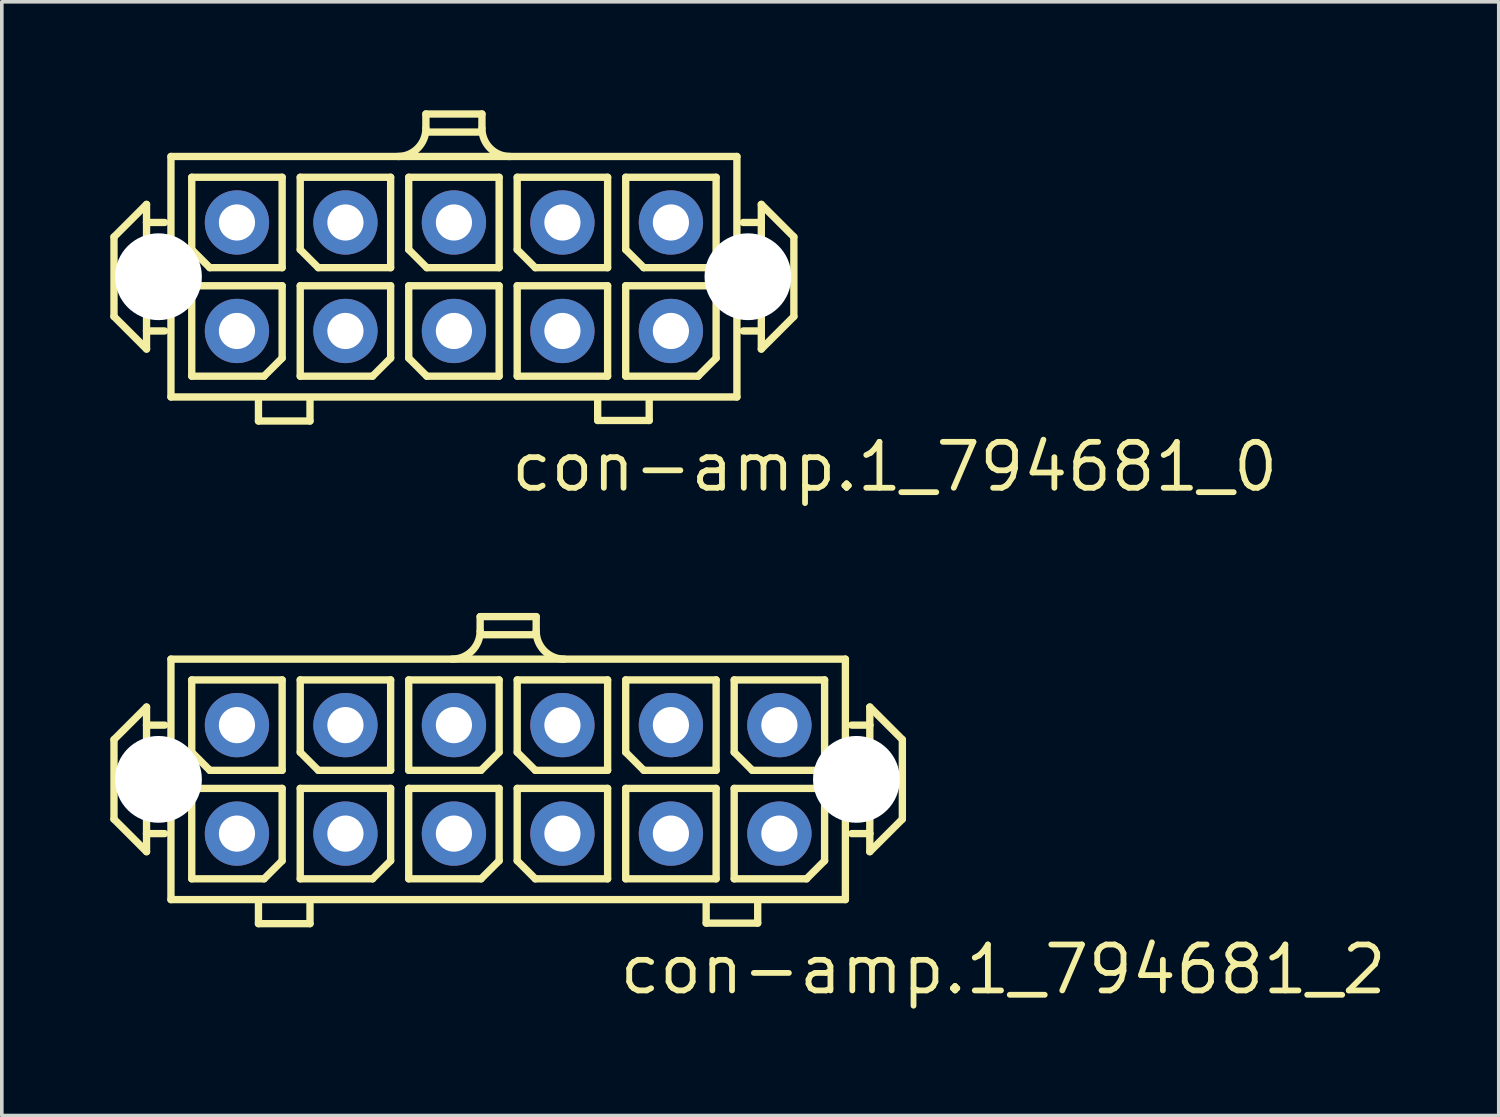
<source format=kicad_pcb>
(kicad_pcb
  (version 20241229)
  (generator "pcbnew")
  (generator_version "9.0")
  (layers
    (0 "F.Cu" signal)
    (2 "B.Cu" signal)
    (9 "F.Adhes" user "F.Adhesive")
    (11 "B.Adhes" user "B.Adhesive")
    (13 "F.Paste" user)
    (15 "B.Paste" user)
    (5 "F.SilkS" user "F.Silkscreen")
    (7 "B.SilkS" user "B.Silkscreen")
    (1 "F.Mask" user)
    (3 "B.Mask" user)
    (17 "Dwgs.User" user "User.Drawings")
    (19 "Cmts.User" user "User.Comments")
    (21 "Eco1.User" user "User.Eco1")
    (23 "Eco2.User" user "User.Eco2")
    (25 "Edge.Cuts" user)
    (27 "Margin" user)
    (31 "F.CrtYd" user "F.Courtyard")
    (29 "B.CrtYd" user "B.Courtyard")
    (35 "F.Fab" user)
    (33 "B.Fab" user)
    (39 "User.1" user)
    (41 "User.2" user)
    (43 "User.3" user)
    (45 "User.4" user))
  (footprint "con-amp.1_794681_2"
    (layer "F.Cu")
    (at 11.002 18.501)
    (property "Reference" "con-amp.1_794681_2" (at 3 6 0) (layer "F.SilkS") (effects (font (size 1.27 1.27) (thickness 0.16)) (justify left bottom)))
    (attr through_hole)
    (fp_line (start -10.9 -1.1) (end -10 -2) (stroke (width 0.203) (type default)) (layer "F.SilkS"))
    (fp_line (start -10.9 1.1) (end -10.9 -1.1) (stroke (width 0.203) (type default)) (layer "F.SilkS"))
    (fp_line (start -10 -2) (end -10 -1.5) (stroke (width 0.203) (type default)) (layer "F.SilkS"))
    (fp_line (start -10 -1.5) (end -10 1.5) (stroke (width 0.203) (type default)) (layer "F.SilkS"))
    (fp_line (start -10 -1.5) (end -9.5 -1.5) (stroke (width 0.203) (type default)) (layer "F.SilkS"))
    (fp_line (start -10 1.5) (end -10 2) (stroke (width 0.203) (type default)) (layer "F.SilkS"))
    (fp_line (start -10 1.5) (end -9.5 1.5) (stroke (width 0.203) (type default)) (layer "F.SilkS"))
    (fp_line (start -10 2) (end -10.9 1.1) (stroke (width 0.203) (type default)) (layer "F.SilkS"))
    (fp_line (start -9.325 -3.325) (end 9.325 -3.325) (stroke (width 0.203) (type default)) (layer "F.SilkS"))
    (fp_line (start -9.325 3.325) (end -9.325 -3.325) (stroke (width 0.203) (type default)) (layer "F.SilkS"))
    (fp_line (start -8.75 -2.75) (end -8.75 -0.75) (stroke (width 0.203) (type default)) (layer "F.SilkS"))
    (fp_line (start -8.75 0.25) (end -8.75 2.75) (stroke (width 0.203) (type default)) (layer "F.SilkS"))
    (fp_line (start -8.75 0.25) (end -6.25 0.25) (stroke (width 0.203) (type default)) (layer "F.SilkS"))
    (fp_line (start -8.75 2.75) (end -6.75 2.75) (stroke (width 0.203) (type default)) (layer "F.SilkS"))
    (fp_line (start -8.25 -0.25) (end -8.75 -0.75) (stroke (width 0.203) (type default)) (layer "F.SilkS"))
    (fp_line (start -8.25 -0.25) (end -6.25 -0.25) (stroke (width 0.203) (type default)) (layer "F.SilkS"))
    (fp_line (start -6.905 3.99) (end -6.905 3.44) (stroke (width 0.203) (type default)) (layer "F.SilkS"))
    (fp_line (start -6.75 2.75) (end -6.25 2.25) (stroke (width 0.203) (type default)) (layer "F.SilkS"))
    (fp_line (start -6.25 -2.75) (end -8.75 -2.75) (stroke (width 0.203) (type default)) (layer "F.SilkS"))
    (fp_line (start -6.25 -2.75) (end -6.25 -0.25) (stroke (width 0.203) (type default)) (layer "F.SilkS"))
    (fp_line (start -6.25 0.25) (end -6.25 2.25) (stroke (width 0.203) (type default)) (layer "F.SilkS"))
    (fp_line (start -5.75 -2.75) (end -5.75 -0.75) (stroke (width 0.203) (type default)) (layer "F.SilkS"))
    (fp_line (start -5.75 0.25) (end -5.75 2.75) (stroke (width 0.203) (type default)) (layer "F.SilkS"))
    (fp_line (start -5.75 0.25) (end -3.25 0.25) (stroke (width 0.203) (type default)) (layer "F.SilkS"))
    (fp_line (start -5.75 2.75) (end -3.75 2.75) (stroke (width 0.203) (type default)) (layer "F.SilkS"))
    (fp_line (start -5.48 3.99) (end -6.905 3.99) (stroke (width 0.203) (type default)) (layer "F.SilkS"))
    (fp_line (start -5.48 3.99) (end -5.48 3.44) (stroke (width 0.203) (type default)) (layer "F.SilkS"))
    (fp_line (start -5.25 -0.25) (end -5.75 -0.75) (stroke (width 0.203) (type default)) (layer "F.SilkS"))
    (fp_line (start -5.25 -0.25) (end -3.25 -0.25) (stroke (width 0.203) (type default)) (layer "F.SilkS"))
    (fp_line (start -3.75 2.75) (end -3.25 2.25) (stroke (width 0.203) (type default)) (layer "F.SilkS"))
    (fp_line (start -3.25 -2.75) (end -5.75 -2.75) (stroke (width 0.203) (type default)) (layer "F.SilkS"))
    (fp_line (start -3.25 -2.75) (end -3.25 -0.25) (stroke (width 0.203) (type default)) (layer "F.SilkS"))
    (fp_line (start -3.25 0.25) (end -3.25 2.25) (stroke (width 0.203) (type default)) (layer "F.SilkS"))
    (fp_line (start -2.75 -2.75) (end -2.75 -0.25) (stroke (width 0.203) (type default)) (layer "F.SilkS"))
    (fp_line (start -2.75 -0.25) (end -0.75 -0.25) (stroke (width 0.203) (type default)) (layer "F.SilkS"))
    (fp_line (start -2.75 0.25) (end -2.75 2.75) (stroke (width 0.203) (type default)) (layer "F.SilkS"))
    (fp_line (start -2.75 0.25) (end -0.25 0.25) (stroke (width 0.203) (type default)) (layer "F.SilkS"))
    (fp_line (start -2.75 2.75) (end -0.75 2.75) (stroke (width 0.203) (type default)) (layer "F.SilkS"))
    (fp_line (start -0.775 -4.5) (end 0.775 -4.5) (stroke (width 0.203) (type default)) (layer "F.SilkS"))
    (fp_line (start -0.775 -4.1) (end -0.775 -4.5) (stroke (width 0.203) (type default)) (layer "F.SilkS"))
    (fp_line (start -0.75 -0.25) (end -0.25 -0.75) (stroke (width 0.203) (type default)) (layer "F.SilkS"))
    (fp_line (start -0.75 2.75) (end -0.25 2.25) (stroke (width 0.203) (type default)) (layer "F.SilkS"))
    (fp_line (start -0.25 -2.75) (end -2.75 -2.75) (stroke (width 0.203) (type default)) (layer "F.SilkS"))
    (fp_line (start -0.25 -2.75) (end -0.25 -0.75) (stroke (width 0.203) (type default)) (layer "F.SilkS"))
    (fp_line (start -0.25 0.25) (end -0.25 2.25) (stroke (width 0.203) (type default)) (layer "F.SilkS"))
    (fp_line (start 0.25 -2.75) (end 0.25 -0.75) (stroke (width 0.203) (type default)) (layer "F.SilkS"))
    (fp_line (start 0.25 0.25) (end 0.25 2.25) (stroke (width 0.203) (type default)) (layer "F.SilkS"))
    (fp_line (start 0.25 0.25) (end 2.75 0.25) (stroke (width 0.203) (type default)) (layer "F.SilkS"))
    (fp_line (start 0.75 -4) (end -0.75 -4) (stroke (width 0.203) (type default)) (layer "F.SilkS"))
    (fp_line (start 0.75 -0.25) (end 0.25 -0.75) (stroke (width 0.203) (type default)) (layer "F.SilkS"))
    (fp_line (start 0.75 -0.25) (end 2.75 -0.25) (stroke (width 0.203) (type default)) (layer "F.SilkS"))
    (fp_line (start 0.75 2.75) (end 0.25 2.25) (stroke (width 0.203) (type default)) (layer "F.SilkS"))
    (fp_line (start 0.75 2.75) (end 2.75 2.75) (stroke (width 0.203) (type default)) (layer "F.SilkS"))
    (fp_line (start 0.775 -4.1) (end 0.775 -4.5) (stroke (width 0.203) (type default)) (layer "F.SilkS"))
    (fp_line (start 2.75 -2.75) (end 0.25 -2.75) (stroke (width 0.203) (type default)) (layer "F.SilkS"))
    (fp_line (start 2.75 -2.75) (end 2.75 -0.25) (stroke (width 0.203) (type default)) (layer "F.SilkS"))
    (fp_line (start 2.75 0.25) (end 2.75 2.75) (stroke (width 0.203) (type default)) (layer "F.SilkS"))
    (fp_line (start 3.25 -2.75) (end 3.25 -0.75) (stroke (width 0.203) (type default)) (layer "F.SilkS"))
    (fp_line (start 3.25 0.25) (end 3.25 2.75) (stroke (width 0.203) (type default)) (layer "F.SilkS"))
    (fp_line (start 3.25 0.25) (end 5.75 0.25) (stroke (width 0.203) (type default)) (layer "F.SilkS"))
    (fp_line (start 3.25 2.75) (end 5.75 2.75) (stroke (width 0.203) (type default)) (layer "F.SilkS"))
    (fp_line (start 3.75 -0.25) (end 3.25 -0.75) (stroke (width 0.203) (type default)) (layer "F.SilkS"))
    (fp_line (start 3.75 -0.25) (end 5.75 -0.25) (stroke (width 0.203) (type default)) (layer "F.SilkS"))
    (fp_line (start 5.475 3.975) (end 5.475 3.425) (stroke (width 0.203) (type default)) (layer "F.SilkS"))
    (fp_line (start 5.75 -2.75) (end 3.25 -2.75) (stroke (width 0.203) (type default)) (layer "F.SilkS"))
    (fp_line (start 5.75 -2.75) (end 5.75 -0.25) (stroke (width 0.203) (type default)) (layer "F.SilkS"))
    (fp_line (start 5.75 0.25) (end 5.75 2.75) (stroke (width 0.203) (type default)) (layer "F.SilkS"))
    (fp_line (start 6.25 -2.75) (end 6.25 -0.75) (stroke (width 0.203) (type default)) (layer "F.SilkS"))
    (fp_line (start 6.25 0.25) (end 6.25 2.75) (stroke (width 0.203) (type default)) (layer "F.SilkS"))
    (fp_line (start 6.25 0.25) (end 8.75 0.25) (stroke (width 0.203) (type default)) (layer "F.SilkS"))
    (fp_line (start 6.25 2.75) (end 8.25 2.75) (stroke (width 0.203) (type default)) (layer "F.SilkS"))
    (fp_line (start 6.75 -0.25) (end 6.25 -0.75) (stroke (width 0.203) (type default)) (layer "F.SilkS"))
    (fp_line (start 6.75 -0.25) (end 8.75 -0.25) (stroke (width 0.203) (type default)) (layer "F.SilkS"))
    (fp_line (start 6.9 3.975) (end 5.475 3.975) (stroke (width 0.203) (type default)) (layer "F.SilkS"))
    (fp_line (start 6.9 3.975) (end 6.9 3.425) (stroke (width 0.203) (type default)) (layer "F.SilkS"))
    (fp_line (start 8.25 2.75) (end 8.75 2.25) (stroke (width 0.203) (type default)) (layer "F.SilkS"))
    (fp_line (start 8.75 -2.75) (end 6.25 -2.75) (stroke (width 0.203) (type default)) (layer "F.SilkS"))
    (fp_line (start 8.75 -0.25) (end 8.75 -2.75) (stroke (width 0.203) (type default)) (layer "F.SilkS"))
    (fp_line (start 8.75 2.25) (end 8.75 0.25) (stroke (width 0.203) (type default)) (layer "F.SilkS"))
    (fp_line (start 9.325 -3.325) (end 9.325 3.325) (stroke (width 0.203) (type default)) (layer "F.SilkS"))
    (fp_line (start 9.325 3.325) (end -9.325 3.325) (stroke (width 0.203) (type default)) (layer "F.SilkS"))
    (fp_line (start 10 -2) (end 10 -1.5) (stroke (width 0.203) (type default)) (layer "F.SilkS"))
    (fp_line (start 10 -2) (end 10.9 -1.1) (stroke (width 0.203) (type default)) (layer "F.SilkS"))
    (fp_line (start 10 -1.5) (end 9.5 -1.5) (stroke (width 0.203) (type default)) (layer "F.SilkS"))
    (fp_line (start 10 -1.5) (end 10 1.5) (stroke (width 0.203) (type default)) (layer "F.SilkS"))
    (fp_line (start 10 1.5) (end 9.5 1.5) (stroke (width 0.203) (type default)) (layer "F.SilkS"))
    (fp_line (start 10 1.5) (end 10 2) (stroke (width 0.203) (type default)) (layer "F.SilkS"))
    (fp_line (start 10.9 -1.1) (end 10.9 1.1) (stroke (width 0.203) (type default)) (layer "F.SilkS"))
    (fp_line (start 10.9 1.1) (end 10 2) (stroke (width 0.203) (type default)) (layer "F.SilkS"))
    (fp_arc (start -0.775 -4.1) (mid -1.001992 -3.551992) (end -1.55 -3.325) (stroke (width 0.2032) (type default)) (layer "F.SilkS"))
    (fp_arc (start 1.55 -3.325) (mid 1.001992 -3.551992) (end 0.775 -4.1) (stroke (width 0.2032) (type default)) (layer "F.SilkS"))
    (pad "" np_thru_hole circle (at -9.67 0) (size 2.4 2.4) (drill 2.4) (layers "*.Cu" "*.Mask"))
    (pad "" np_thru_hole circle (at 9.63 0) (size 2.4 2.4) (drill 2.4) (layers "*.Cu" "*.Mask"))
    (pad "1" thru_hole circle (at 7.5 1.5) (size 1.778 1.778) (drill 1) (layers "*.Cu" "*.Mask"))
    (pad "2" thru_hole circle (at 7.5 -1.5) (size 1.778 1.778) (drill 1) (layers "*.Cu" "*.Mask"))
    (pad "3" thru_hole circle (at 4.5 1.5) (size 1.778 1.778) (drill 1) (layers "*.Cu" "*.Mask"))
    (pad "4" thru_hole circle (at 4.5 -1.5) (size 1.778 1.778) (drill 1) (layers "*.Cu" "*.Mask"))
    (pad "5" thru_hole circle (at 1.5 1.5) (size 1.778 1.778) (drill 1) (layers "*.Cu" "*.Mask"))
    (pad "6" thru_hole circle (at 1.5 -1.5) (size 1.778 1.778) (drill 1) (layers "*.Cu" "*.Mask"))
    (pad "7" thru_hole circle (at -1.5 1.5) (size 1.778 1.778) (drill 1) (layers "*.Cu" "*.Mask"))
    (pad "8" thru_hole circle (at -1.5 -1.5) (size 1.778 1.778) (drill 1) (layers "*.Cu" "*.Mask"))
    (pad "9" thru_hole circle (at -4.5 1.5) (size 1.778 1.778) (drill 1) (layers "*.Cu" "*.Mask"))
    (pad "10" thru_hole circle (at -4.5 -1.5) (size 1.778 1.778) (drill 1) (layers "*.Cu" "*.Mask"))
    (pad "11" thru_hole circle (at -7.5 1.5) (size 1.778 1.778) (drill 1) (layers "*.Cu" "*.Mask"))
    (pad "12" thru_hole circle (at -7.5 -1.5) (size 1.778 1.778) (drill 1) (layers "*.Cu" "*.Mask")))
  (footprint "con-amp.1_794681_0"
    (layer "F.Cu")
    (at 9.502 4.602)
    (property "Reference" "con-amp.1_794681_0" (at 1.5 6 0) (layer "F.SilkS") (effects (font (size 1.27 1.27) (thickness 0.16)) (justify left bottom)))
    (attr through_hole)
    (fp_line (start -9.4 -1.1) (end -8.5 -2) (stroke (width 0.203) (type default)) (layer "F.SilkS"))
    (fp_line (start -9.4 1.1) (end -9.4 -1.1) (stroke (width 0.203) (type default)) (layer "F.SilkS"))
    (fp_line (start -8.5 -2) (end -8.5 -1.5) (stroke (width 0.203) (type default)) (layer "F.SilkS"))
    (fp_line (start -8.5 -1.5) (end -8.5 1.5) (stroke (width 0.203) (type default)) (layer "F.SilkS"))
    (fp_line (start -8.5 -1.5) (end -8 -1.5) (stroke (width 0.203) (type default)) (layer "F.SilkS"))
    (fp_line (start -8.5 1.5) (end -8.5 2) (stroke (width 0.203) (type default)) (layer "F.SilkS"))
    (fp_line (start -8.5 1.5) (end -8 1.5) (stroke (width 0.203) (type default)) (layer "F.SilkS"))
    (fp_line (start -8.5 2) (end -9.4 1.1) (stroke (width 0.203) (type default)) (layer "F.SilkS"))
    (fp_line (start -7.825 -3.325) (end 7.825 -3.325) (stroke (width 0.203) (type default)) (layer "F.SilkS"))
    (fp_line (start -7.825 3.325) (end -7.825 -3.325) (stroke (width 0.203) (type default)) (layer "F.SilkS"))
    (fp_line (start -7.25 -2.75) (end -7.25 -0.75) (stroke (width 0.203) (type default)) (layer "F.SilkS"))
    (fp_line (start -7.25 0.25) (end -7.25 2.75) (stroke (width 0.203) (type default)) (layer "F.SilkS"))
    (fp_line (start -7.25 0.25) (end -4.75 0.25) (stroke (width 0.203) (type default)) (layer "F.SilkS"))
    (fp_line (start -7.25 2.75) (end -5.25 2.75) (stroke (width 0.203) (type default)) (layer "F.SilkS"))
    (fp_line (start -6.75 -0.25) (end -7.25 -0.75) (stroke (width 0.203) (type default)) (layer "F.SilkS"))
    (fp_line (start -6.75 -0.25) (end -4.75 -0.25) (stroke (width 0.203) (type default)) (layer "F.SilkS"))
    (fp_line (start -5.405 3.99) (end -5.405 3.44) (stroke (width 0.203) (type default)) (layer "F.SilkS"))
    (fp_line (start -5.25 2.75) (end -4.75 2.25) (stroke (width 0.203) (type default)) (layer "F.SilkS"))
    (fp_line (start -4.75 -2.75) (end -7.25 -2.75) (stroke (width 0.203) (type default)) (layer "F.SilkS"))
    (fp_line (start -4.75 -2.75) (end -4.75 -0.25) (stroke (width 0.203) (type default)) (layer "F.SilkS"))
    (fp_line (start -4.75 0.25) (end -4.75 2.25) (stroke (width 0.203) (type default)) (layer "F.SilkS"))
    (fp_line (start -4.25 -2.75) (end -4.25 -0.75) (stroke (width 0.203) (type default)) (layer "F.SilkS"))
    (fp_line (start -4.25 0.25) (end -4.25 2.75) (stroke (width 0.203) (type default)) (layer "F.SilkS"))
    (fp_line (start -4.25 0.25) (end -1.75 0.25) (stroke (width 0.203) (type default)) (layer "F.SilkS"))
    (fp_line (start -4.25 2.75) (end -2.25 2.75) (stroke (width 0.203) (type default)) (layer "F.SilkS"))
    (fp_line (start -3.98 3.99) (end -5.405 3.99) (stroke (width 0.203) (type default)) (layer "F.SilkS"))
    (fp_line (start -3.98 3.99) (end -3.98 3.44) (stroke (width 0.203) (type default)) (layer "F.SilkS"))
    (fp_line (start -3.75 -0.25) (end -4.25 -0.75) (stroke (width 0.203) (type default)) (layer "F.SilkS"))
    (fp_line (start -3.75 -0.25) (end -1.75 -0.25) (stroke (width 0.203) (type default)) (layer "F.SilkS"))
    (fp_line (start -2.25 2.75) (end -1.75 2.25) (stroke (width 0.203) (type default)) (layer "F.SilkS"))
    (fp_line (start -1.75 -2.75) (end -4.25 -2.75) (stroke (width 0.203) (type default)) (layer "F.SilkS"))
    (fp_line (start -1.75 -2.75) (end -1.75 -0.25) (stroke (width 0.203) (type default)) (layer "F.SilkS"))
    (fp_line (start -1.75 0.25) (end -1.75 2.25) (stroke (width 0.203) (type default)) (layer "F.SilkS"))
    (fp_line (start -1.25 -2.75) (end -1.25 -0.75) (stroke (width 0.203) (type default)) (layer "F.SilkS"))
    (fp_line (start -1.25 0.25) (end -1.25 2.25) (stroke (width 0.203) (type default)) (layer "F.SilkS"))
    (fp_line (start -1.25 0.25) (end 1.25 0.25) (stroke (width 0.203) (type default)) (layer "F.SilkS"))
    (fp_line (start -0.775 -4.5) (end 0.775 -4.5) (stroke (width 0.203) (type default)) (layer "F.SilkS"))
    (fp_line (start -0.775 -4.1) (end -0.775 -4.5) (stroke (width 0.203) (type default)) (layer "F.SilkS"))
    (fp_line (start -0.75 -0.25) (end -1.25 -0.75) (stroke (width 0.203) (type default)) (layer "F.SilkS"))
    (fp_line (start -0.75 -0.25) (end 1.25 -0.25) (stroke (width 0.203) (type default)) (layer "F.SilkS"))
    (fp_line (start -0.75 2.75) (end -1.25 2.25) (stroke (width 0.203) (type default)) (layer "F.SilkS"))
    (fp_line (start -0.75 2.75) (end 1.25 2.75) (stroke (width 0.203) (type default)) (layer "F.SilkS"))
    (fp_line (start 0.75 -4) (end -0.75 -4) (stroke (width 0.203) (type default)) (layer "F.SilkS"))
    (fp_line (start 0.775 -4.1) (end 0.775 -4.5) (stroke (width 0.203) (type default)) (layer "F.SilkS"))
    (fp_line (start 1.25 -2.75) (end -1.25 -2.75) (stroke (width 0.203) (type default)) (layer "F.SilkS"))
    (fp_line (start 1.25 -2.75) (end 1.25 -0.25) (stroke (width 0.203) (type default)) (layer "F.SilkS"))
    (fp_line (start 1.25 0.25) (end 1.25 2.75) (stroke (width 0.203) (type default)) (layer "F.SilkS"))
    (fp_line (start 1.75 -2.75) (end 1.75 -0.75) (stroke (width 0.203) (type default)) (layer "F.SilkS"))
    (fp_line (start 1.75 0.25) (end 1.75 2.75) (stroke (width 0.203) (type default)) (layer "F.SilkS"))
    (fp_line (start 1.75 0.25) (end 4.25 0.25) (stroke (width 0.203) (type default)) (layer "F.SilkS"))
    (fp_line (start 1.75 2.75) (end 4.25 2.75) (stroke (width 0.203) (type default)) (layer "F.SilkS"))
    (fp_line (start 2.25 -0.25) (end 1.75 -0.75) (stroke (width 0.203) (type default)) (layer "F.SilkS"))
    (fp_line (start 2.25 -0.25) (end 4.25 -0.25) (stroke (width 0.203) (type default)) (layer "F.SilkS"))
    (fp_line (start 3.975 3.975) (end 3.975 3.425) (stroke (width 0.203) (type default)) (layer "F.SilkS"))
    (fp_line (start 4.25 -2.75) (end 1.75 -2.75) (stroke (width 0.203) (type default)) (layer "F.SilkS"))
    (fp_line (start 4.25 -2.75) (end 4.25 -0.25) (stroke (width 0.203) (type default)) (layer "F.SilkS"))
    (fp_line (start 4.25 0.25) (end 4.25 2.75) (stroke (width 0.203) (type default)) (layer "F.SilkS"))
    (fp_line (start 4.75 -2.75) (end 4.75 -0.75) (stroke (width 0.203) (type default)) (layer "F.SilkS"))
    (fp_line (start 4.75 0.25) (end 4.75 2.75) (stroke (width 0.203) (type default)) (layer "F.SilkS"))
    (fp_line (start 4.75 0.25) (end 7.25 0.25) (stroke (width 0.203) (type default)) (layer "F.SilkS"))
    (fp_line (start 4.75 2.75) (end 6.75 2.75) (stroke (width 0.203) (type default)) (layer "F.SilkS"))
    (fp_line (start 5.25 -0.25) (end 4.75 -0.75) (stroke (width 0.203) (type default)) (layer "F.SilkS"))
    (fp_line (start 5.25 -0.25) (end 7.25 -0.25) (stroke (width 0.203) (type default)) (layer "F.SilkS"))
    (fp_line (start 5.4 3.975) (end 3.975 3.975) (stroke (width 0.203) (type default)) (layer "F.SilkS"))
    (fp_line (start 5.4 3.975) (end 5.4 3.425) (stroke (width 0.203) (type default)) (layer "F.SilkS"))
    (fp_line (start 6.75 2.75) (end 7.25 2.25) (stroke (width 0.203) (type default)) (layer "F.SilkS"))
    (fp_line (start 7.25 -2.75) (end 4.75 -2.75) (stroke (width 0.203) (type default)) (layer "F.SilkS"))
    (fp_line (start 7.25 -0.25) (end 7.25 -2.75) (stroke (width 0.203) (type default)) (layer "F.SilkS"))
    (fp_line (start 7.25 2.25) (end 7.25 0.25) (stroke (width 0.203) (type default)) (layer "F.SilkS"))
    (fp_line (start 7.825 -3.325) (end 7.825 3.325) (stroke (width 0.203) (type default)) (layer "F.SilkS"))
    (fp_line (start 7.825 3.325) (end -7.825 3.325) (stroke (width 0.203) (type default)) (layer "F.SilkS"))
    (fp_line (start 8.5 -2) (end 8.5 -1.5) (stroke (width 0.203) (type default)) (layer "F.SilkS"))
    (fp_line (start 8.5 -2) (end 9.4 -1.1) (stroke (width 0.203) (type default)) (layer "F.SilkS"))
    (fp_line (start 8.5 -1.5) (end 8 -1.5) (stroke (width 0.203) (type default)) (layer "F.SilkS"))
    (fp_line (start 8.5 -1.5) (end 8.5 1.5) (stroke (width 0.203) (type default)) (layer "F.SilkS"))
    (fp_line (start 8.5 1.5) (end 8 1.5) (stroke (width 0.203) (type default)) (layer "F.SilkS"))
    (fp_line (start 8.5 1.5) (end 8.5 2) (stroke (width 0.203) (type default)) (layer "F.SilkS"))
    (fp_line (start 9.4 -1.1) (end 9.4 1.1) (stroke (width 0.203) (type default)) (layer "F.SilkS"))
    (fp_line (start 9.4 1.1) (end 8.5 2) (stroke (width 0.203) (type default)) (layer "F.SilkS"))
    (fp_arc (start -0.775 -4.1) (mid -1.001992 -3.551992) (end -1.55 -3.325) (stroke (width 0.2032) (type default)) (layer "F.SilkS"))
    (fp_arc (start 1.55 -3.325) (mid 1.001992 -3.551992) (end 0.775 -4.1) (stroke (width 0.2032) (type default)) (layer "F.SilkS"))
    (pad "" np_thru_hole circle (at -8.17 0) (size 2.4 2.4) (drill 2.4) (layers "*.Cu" "*.Mask"))
    (pad "" np_thru_hole circle (at 8.13 0) (size 2.4 2.4) (drill 2.4) (layers "*.Cu" "*.Mask"))
    (pad "1" thru_hole circle (at 6 1.5) (size 1.778 1.778) (drill 1) (layers "*.Cu" "*.Mask"))
    (pad "2" thru_hole circle (at 6 -1.5) (size 1.778 1.778) (drill 1) (layers "*.Cu" "*.Mask"))
    (pad "3" thru_hole circle (at 3 1.5) (size 1.778 1.778) (drill 1) (layers "*.Cu" "*.Mask"))
    (pad "4" thru_hole circle (at 3 -1.5) (size 1.778 1.778) (drill 1) (layers "*.Cu" "*.Mask"))
    (pad "5" thru_hole circle (at 0 1.5) (size 1.778 1.778) (drill 1) (layers "*.Cu" "*.Mask"))
    (pad "6" thru_hole circle (at 0 -1.5) (size 1.778 1.778) (drill 1) (layers "*.Cu" "*.Mask"))
    (pad "7" thru_hole circle (at -3 1.5) (size 1.778 1.778) (drill 1) (layers "*.Cu" "*.Mask"))
    (pad "8" thru_hole circle (at -3 -1.5) (size 1.778 1.778) (drill 1) (layers "*.Cu" "*.Mask"))
    (pad "9" thru_hole circle (at -6 1.5) (size 1.778 1.778) (drill 1) (layers "*.Cu" "*.Mask"))
    (pad "10" thru_hole circle (at -6 -1.5) (size 1.778 1.778) (drill 1) (layers "*.Cu" "*.Mask")))
  (gr_rect
    (start -3 -3)
    (end 38.394 27.798)
    (stroke (width 0.1) (type default))
    (fill no)
    (layer "Edge.Cuts")))
</source>
